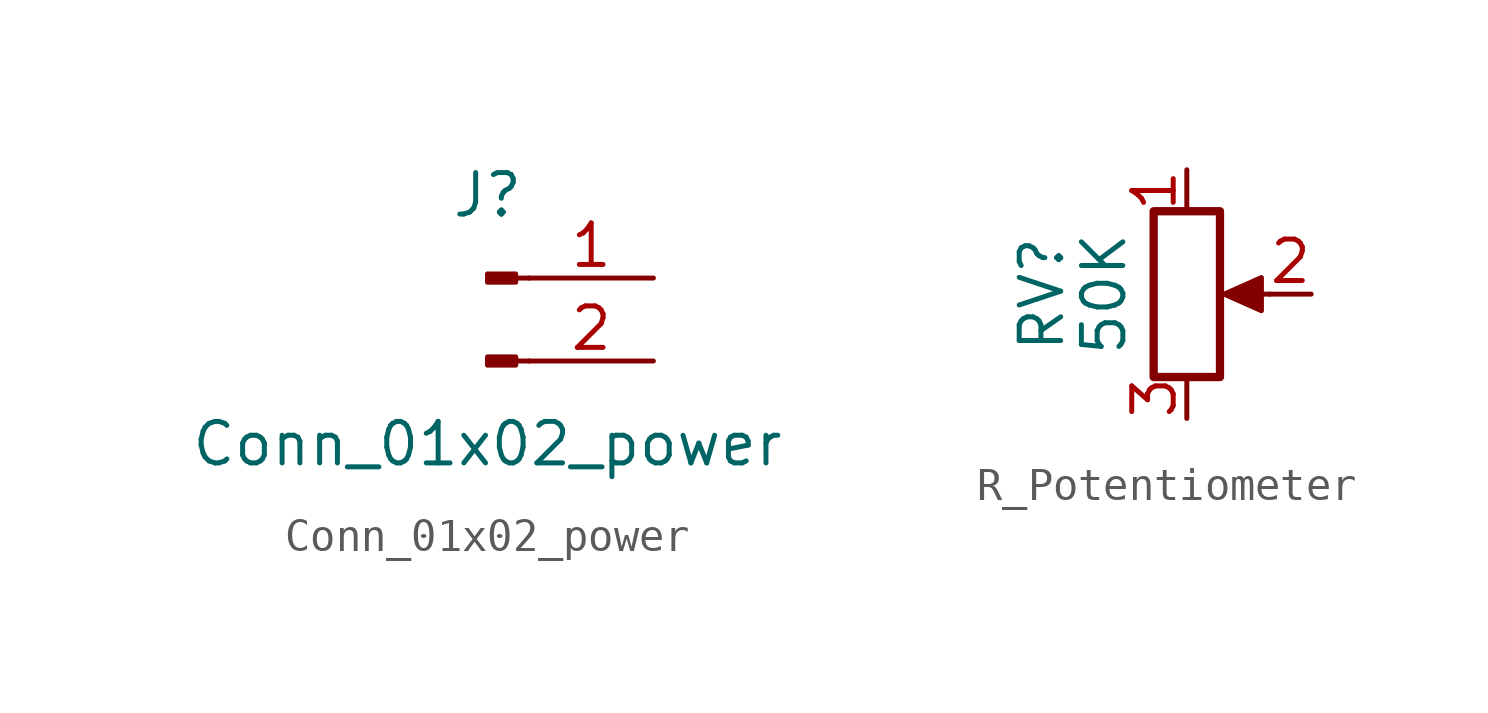
<source format=kicad_sym>
(kicad_symbol_lib
  (version 20220914)
  (generator kicad_symbol_editor)
  (symbol "Conn_01x02_power"
    (pin_names
      (offset 1.016) hide)
    (property "Reference" "J"
      (at 0 2.54 0)
      (effects (font (size 1.27 1.27))))
    (property "Value" "Conn_01x02_power"
      (at 0 -5.08 0)
      (effects (font (size 1.27 1.27))))
    (symbol "Conn_01x02_power_1_1"
      (polyline (pts (xy 1.27 -2.54) (xy 0.864 -2.54)) (stroke (width 0.152) (type default)) (fill (type none)))
      (polyline (pts (xy 1.27 0) (xy 0.864 0)) (stroke (width 0.152) (type default)) (fill (type none)))
      (rectangle (start 0.864 -2.413) (end 0 -2.667) (stroke (width 0.152) (type default)) (fill (type outline)))
      (rectangle (start 0.864 0.127) (end 0 -0.127) (stroke (width 0.152) (type default)) (fill (type outline)))
      (pin passive line (at 5.08 0 180) (length 3.81) (name "Pin_1" (effects (font (size 1.27 1.27)))) (number "1" (effects (font (size 1.27 1.27)))))
      (pin passive line (at 5.08 -2.54 180) (length 3.81) (name "Pin_2" (effects (font (size 1.27 1.27)))) (number "2" (effects (font (size 1.27 1.27)))))))
  (symbol "R_Potentiometer"
    (pin_names
      (offset 1.016) hide)
    (property "Reference" "RV"
      (at -4.445 0 90)
      (effects (font (size 1.27 1.27))))
    (property "Value" "50K"
      (at -2.54 0 90)
      (effects (font (size 1.27 1.27))))
    (symbol "R_Potentiometer_0_1"
      (polyline (pts (xy 2.54 0) (xy 1.524 0)) (stroke (width 0) (type default)) (fill (type none)))
      (polyline (pts (xy 1.143 0) (xy 2.286 0.508) (xy 2.286 -0.508) (xy 1.143 0)) (stroke (width 0) (type default)) (fill (type outline)))
      (rectangle (start 1.016 2.54) (end -1.016 -2.54) (stroke (width 0.254) (type default)) (fill (type none))))
    (symbol "R_Potentiometer_1_1"
      (pin passive line (at 0 3.81 270) (length 1.27) (name "1" (effects (font (size 1.27 1.27)))) (number "1" (effects (font (size 1.27 1.27)))))
      (pin passive line (at 3.81 0 180) (length 1.27) (name "2" (effects (font (size 1.27 1.27)))) (number "2" (effects (font (size 1.27 1.27)))))
      (pin passive line (at 0 -3.81 90) (length 1.27) (name "3" (effects (font (size 1.27 1.27)))) (number "3" (effects (font (size 1.27 1.27))))))))
</source>
